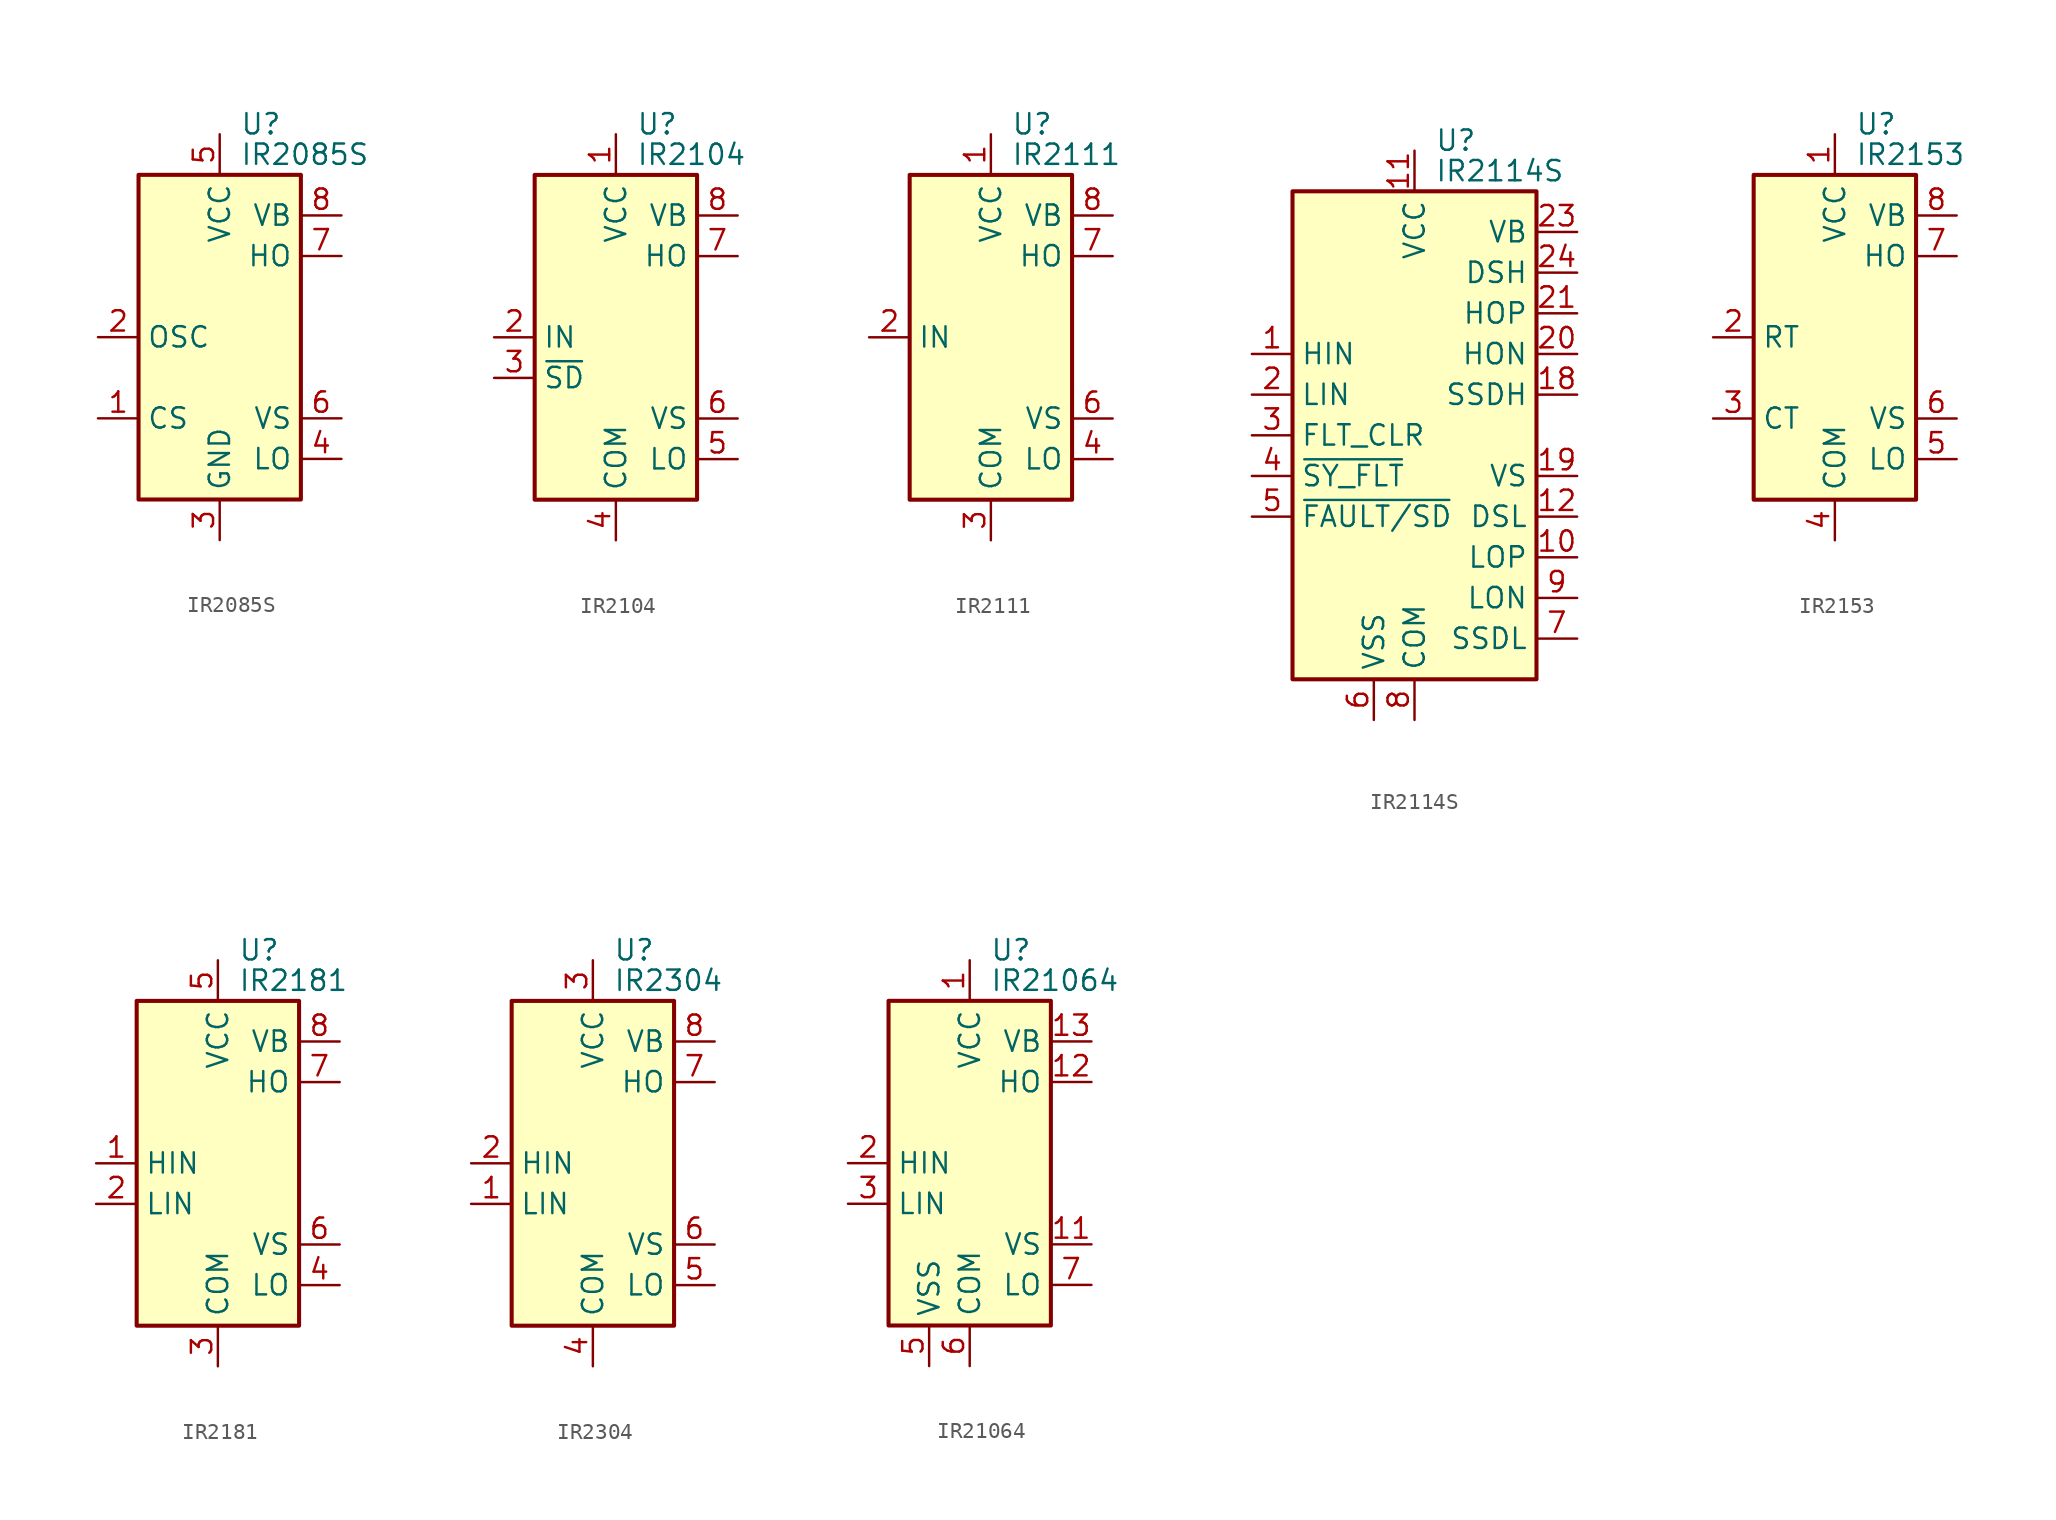
<source format=kicad_sym>
(kicad_symbol_lib
  (version 20201005)
  (generator kicad_symbol_editor)
  (symbol "IR2085S"
    (property "Reference" "U"
      (at 1.27 13.335 0)
      (effects (font (size 1.27 1.27)) (justify left)))
    (property "Value" "IR2085S"
      (at 1.27 11.43 0)
      (effects (font (size 1.27 1.27)) (justify left)))
    (symbol "IR2085S_0_1"
      (rectangle (start -5.08 -10.16) (end 5.08 10.16) (stroke (width 0.254)) (fill (type background))))
    (symbol "IR2085S_1_1"
      (pin input line (at -7.62 -5.08 0) (length 2.54) (name "CS" (effects (font (size 1.27 1.27)))) (number "1" (effects (font (size 1.27 1.27)))))
      (pin passive line (at -7.62 0 0) (length 2.54) (name "OSC" (effects (font (size 1.27 1.27)))) (number "2" (effects (font (size 1.27 1.27)))))
      (pin power_in line (at 0 -12.7 90) (length 2.54) (name "GND" (effects (font (size 1.27 1.27)))) (number "3" (effects (font (size 1.27 1.27)))))
      (pin output line (at 7.62 -7.62 180) (length 2.54) (name "LO" (effects (font (size 1.27 1.27)))) (number "4" (effects (font (size 1.27 1.27)))))
      (pin power_in line (at 0 12.7 270) (length 2.54) (name "VCC" (effects (font (size 1.27 1.27)))) (number "5" (effects (font (size 1.27 1.27)))))
      (pin passive line (at 7.62 -5.08 180) (length 2.54) (name "VS" (effects (font (size 1.27 1.27)))) (number "6" (effects (font (size 1.27 1.27)))))
      (pin output line (at 7.62 5.08 180) (length 2.54) (name "HO" (effects (font (size 1.27 1.27)))) (number "7" (effects (font (size 1.27 1.27)))))
      (pin passive line (at 7.62 7.62 180) (length 2.54) (name "VB" (effects (font (size 1.27 1.27)))) (number "8" (effects (font (size 1.27 1.27)))))))
  (symbol "IR2104"
    (property "Reference" "U"
      (at 1.27 13.335 0)
      (effects (font (size 1.27 1.27)) (justify left)))
    (property "Value" "IR2104"
      (at 1.27 11.43 0)
      (effects (font (size 1.27 1.27)) (justify left)))
    (symbol "IR2104_0_1"
      (rectangle (start -5.08 -10.16) (end 5.08 10.16) (stroke (width 0.254)) (fill (type background))))
    (symbol "IR2104_1_1"
      (pin power_in line (at 0 12.7 270) (length 2.54) (name "VCC" (effects (font (size 1.27 1.27)))) (number "1" (effects (font (size 1.27 1.27)))))
      (pin input line (at -7.62 0 0) (length 2.54) (name "IN" (effects (font (size 1.27 1.27)))) (number "2" (effects (font (size 1.27 1.27)))))
      (pin input line (at -7.62 -2.54 0) (length 2.54) (name "~SD" (effects (font (size 1.27 1.27)))) (number "3" (effects (font (size 1.27 1.27)))))
      (pin power_in line (at 0 -12.7 90) (length 2.54) (name "COM" (effects (font (size 1.27 1.27)))) (number "4" (effects (font (size 1.27 1.27)))))
      (pin output line (at 7.62 -7.62 180) (length 2.54) (name "LO" (effects (font (size 1.27 1.27)))) (number "5" (effects (font (size 1.27 1.27)))))
      (pin passive line (at 7.62 -5.08 180) (length 2.54) (name "VS" (effects (font (size 1.27 1.27)))) (number "6" (effects (font (size 1.27 1.27)))))
      (pin output line (at 7.62 5.08 180) (length 2.54) (name "HO" (effects (font (size 1.27 1.27)))) (number "7" (effects (font (size 1.27 1.27)))))
      (pin passive line (at 7.62 7.62 180) (length 2.54) (name "VB" (effects (font (size 1.27 1.27)))) (number "8" (effects (font (size 1.27 1.27)))))))
  (symbol "IR2111"
    (property "Reference" "U"
      (at 1.27 13.335 0)
      (effects (font (size 1.27 1.27)) (justify left)))
    (property "Value" "IR2111"
      (at 1.27 11.43 0)
      (effects (font (size 1.27 1.27)) (justify left)))
    (symbol "IR2111_0_1"
      (rectangle (start -5.08 -10.16) (end 5.08 10.16) (stroke (width 0.254)) (fill (type background))))
    (symbol "IR2111_1_1"
      (pin power_in line (at 0 12.7 270) (length 2.54) (name "VCC" (effects (font (size 1.27 1.27)))) (number "1" (effects (font (size 1.27 1.27)))))
      (pin input line (at -7.62 0 0) (length 2.54) (name "IN" (effects (font (size 1.27 1.27)))) (number "2" (effects (font (size 1.27 1.27)))))
      (pin power_in line (at 0 -12.7 90) (length 2.54) (name "COM" (effects (font (size 1.27 1.27)))) (number "3" (effects (font (size 1.27 1.27)))))
      (pin output line (at 7.62 -7.62 180) (length 2.54) (name "LO" (effects (font (size 1.27 1.27)))) (number "4" (effects (font (size 1.27 1.27)))))
      (pin no_connect line (at -5.08 7.62 0) (length 2.54) hide (name "NC" (effects (font (size 1.27 1.27)))) (number "5" (effects (font (size 1.27 1.27)))))
      (pin passive line (at 7.62 -5.08 180) (length 2.54) (name "VS" (effects (font (size 1.27 1.27)))) (number "6" (effects (font (size 1.27 1.27)))))
      (pin output line (at 7.62 5.08 180) (length 2.54) (name "HO" (effects (font (size 1.27 1.27)))) (number "7" (effects (font (size 1.27 1.27)))))
      (pin passive line (at 7.62 7.62 180) (length 2.54) (name "VB" (effects (font (size 1.27 1.27)))) (number "8" (effects (font (size 1.27 1.27)))))))
  (symbol "IR2114S"
    (property "Reference" "U"
      (at 1.27 18.415 0)
      (effects (font (size 1.27 1.27)) (justify left)))
    (property "Value" "IR2114S"
      (at 1.27 16.51 0)
      (effects (font (size 1.27 1.27)) (justify left)))
    (symbol "IR2114S_0_1"
      (rectangle (start -7.62 -15.24) (end 7.62 15.24) (stroke (width 0.254)) (fill (type background))))
    (symbol "IR2114S_1_1"
      (pin input line (at -10.16 5.08 0) (length 2.54) (name "HIN" (effects (font (size 1.27 1.27)))) (number "1" (effects (font (size 1.27 1.27)))))
      (pin output line (at 10.16 -7.62 180) (length 2.54) (name "LOP" (effects (font (size 1.27 1.27)))) (number "10" (effects (font (size 1.27 1.27)))))
      (pin power_in line (at 0 17.78 270) (length 2.54) (name "VCC" (effects (font (size 1.27 1.27)))) (number "11" (effects (font (size 1.27 1.27)))))
      (pin input line (at 10.16 -5.08 180) (length 2.54) (name "DSL" (effects (font (size 1.27 1.27)))) (number "12" (effects (font (size 1.27 1.27)))))
      (pin no_connect line (at -7.62 12.7 0) (length 2.54) hide (name "NC" (effects (font (size 1.27 1.27)))) (number "13" (effects (font (size 1.27 1.27)))))
      (pin no_connect line (at -7.62 10.16 0) (length 2.54) hide (name "NC" (effects (font (size 1.27 1.27)))) (number "14" (effects (font (size 1.27 1.27)))))
      (pin no_connect line (at -7.62 7.62 0) (length 2.54) hide (name "NC" (effects (font (size 1.27 1.27)))) (number "15" (effects (font (size 1.27 1.27)))))
      (pin no_connect line (at -7.62 -7.62 0) (length 2.54) hide (name "NC" (effects (font (size 1.27 1.27)))) (number "16" (effects (font (size 1.27 1.27)))))
      (pin no_connect line (at -7.62 -10.16 0) (length 2.54) hide (name "NC" (effects (font (size 1.27 1.27)))) (number "17" (effects (font (size 1.27 1.27)))))
      (pin input line (at 10.16 2.54 180) (length 2.54) (name "SSDH" (effects (font (size 1.27 1.27)))) (number "18" (effects (font (size 1.27 1.27)))))
      (pin passive line (at 10.16 -2.54 180) (length 2.54) (name "VS" (effects (font (size 1.27 1.27)))) (number "19" (effects (font (size 1.27 1.27)))))
      (pin input line (at -10.16 2.54 0) (length 2.54) (name "LIN" (effects (font (size 1.27 1.27)))) (number "2" (effects (font (size 1.27 1.27)))))
      (pin output line (at 10.16 5.08 180) (length 2.54) (name "HON" (effects (font (size 1.27 1.27)))) (number "20" (effects (font (size 1.27 1.27)))))
      (pin output line (at 10.16 7.62 180) (length 2.54) (name "HOP" (effects (font (size 1.27 1.27)))) (number "21" (effects (font (size 1.27 1.27)))))
      (pin no_connect line (at -7.62 -12.7 0) (length 2.54) hide (name "NC" (effects (font (size 1.27 1.27)))) (number "22" (effects (font (size 1.27 1.27)))))
      (pin passive line (at 10.16 12.7 180) (length 2.54) (name "VB" (effects (font (size 1.27 1.27)))) (number "23" (effects (font (size 1.27 1.27)))))
      (pin input line (at 10.16 10.16 180) (length 2.54) (name "DSH" (effects (font (size 1.27 1.27)))) (number "24" (effects (font (size 1.27 1.27)))))
      (pin input line (at -10.16 0 0) (length 2.54) (name "FLT_CLR" (effects (font (size 1.27 1.27)))) (number "3" (effects (font (size 1.27 1.27)))))
      (pin bidirectional line (at -10.16 -2.54 0) (length 2.54) (name "~SY_FLT" (effects (font (size 1.27 1.27)))) (number "4" (effects (font (size 1.27 1.27)))))
      (pin bidirectional line (at -10.16 -5.08 0) (length 2.54) (name "~FAULT/SD" (effects (font (size 1.27 1.27)))) (number "5" (effects (font (size 1.27 1.27)))))
      (pin power_in line (at -2.54 -17.78 90) (length 2.54) (name "VSS" (effects (font (size 1.27 1.27)))) (number "6" (effects (font (size 1.27 1.27)))))
      (pin input line (at 10.16 -12.7 180) (length 2.54) (name "SSDL" (effects (font (size 1.27 1.27)))) (number "7" (effects (font (size 1.27 1.27)))))
      (pin power_in line (at 0 -17.78 90) (length 2.54) (name "COM" (effects (font (size 1.27 1.27)))) (number "8" (effects (font (size 1.27 1.27)))))
      (pin output line (at 10.16 -10.16 180) (length 2.54) (name "LON" (effects (font (size 1.27 1.27)))) (number "9" (effects (font (size 1.27 1.27)))))))
  (symbol "IR2153"
    (property "Reference" "U"
      (at 1.27 13.335 0)
      (effects (font (size 1.27 1.27)) (justify left)))
    (property "Value" "IR2153"
      (at 1.27 11.43 0)
      (effects (font (size 1.27 1.27)) (justify left)))
    (symbol "IR2153_0_1"
      (rectangle (start -5.08 -10.16) (end 5.08 10.16) (stroke (width 0.254)) (fill (type background))))
    (symbol "IR2153_1_1"
      (pin power_in line (at 0 12.7 270) (length 2.54) (name "VCC" (effects (font (size 1.27 1.27)))) (number "1" (effects (font (size 1.27 1.27)))))
      (pin passive line (at -7.62 0 0) (length 2.54) (name "RT" (effects (font (size 1.27 1.27)))) (number "2" (effects (font (size 1.27 1.27)))))
      (pin passive line (at -7.62 -5.08 0) (length 2.54) (name "CT" (effects (font (size 1.27 1.27)))) (number "3" (effects (font (size 1.27 1.27)))))
      (pin power_in line (at 0 -12.7 90) (length 2.54) (name "COM" (effects (font (size 1.27 1.27)))) (number "4" (effects (font (size 1.27 1.27)))))
      (pin output line (at 7.62 -7.62 180) (length 2.54) (name "LO" (effects (font (size 1.27 1.27)))) (number "5" (effects (font (size 1.27 1.27)))))
      (pin passive line (at 7.62 -5.08 180) (length 2.54) (name "VS" (effects (font (size 1.27 1.27)))) (number "6" (effects (font (size 1.27 1.27)))))
      (pin output line (at 7.62 5.08 180) (length 2.54) (name "HO" (effects (font (size 1.27 1.27)))) (number "7" (effects (font (size 1.27 1.27)))))
      (pin passive line (at 7.62 7.62 180) (length 2.54) (name "VB" (effects (font (size 1.27 1.27)))) (number "8" (effects (font (size 1.27 1.27)))))))
  (symbol "IR2181"
    (property "Reference" "U"
      (at 1.27 13.335 0)
      (effects (font (size 1.27 1.27)) (justify left)))
    (property "Value" "IR2181"
      (at 1.27 11.43 0)
      (effects (font (size 1.27 1.27)) (justify left)))
    (symbol "IR2181_0_1"
      (rectangle (start -5.08 -10.16) (end 5.08 10.16) (stroke (width 0.254)) (fill (type background))))
    (symbol "IR2181_1_1"
      (pin input line (at -7.62 0 0) (length 2.54) (name "HIN" (effects (font (size 1.27 1.27)))) (number "1" (effects (font (size 1.27 1.27)))))
      (pin input line (at -7.62 -2.54 0) (length 2.54) (name "LIN" (effects (font (size 1.27 1.27)))) (number "2" (effects (font (size 1.27 1.27)))))
      (pin power_in line (at 0 -12.7 90) (length 2.54) (name "COM" (effects (font (size 1.27 1.27)))) (number "3" (effects (font (size 1.27 1.27)))))
      (pin output line (at 7.62 -7.62 180) (length 2.54) (name "LO" (effects (font (size 1.27 1.27)))) (number "4" (effects (font (size 1.27 1.27)))))
      (pin power_in line (at 0 12.7 270) (length 2.54) (name "VCC" (effects (font (size 1.27 1.27)))) (number "5" (effects (font (size 1.27 1.27)))))
      (pin passive line (at 7.62 -5.08 180) (length 2.54) (name "VS" (effects (font (size 1.27 1.27)))) (number "6" (effects (font (size 1.27 1.27)))))
      (pin output line (at 7.62 5.08 180) (length 2.54) (name "HO" (effects (font (size 1.27 1.27)))) (number "7" (effects (font (size 1.27 1.27)))))
      (pin passive line (at 7.62 7.62 180) (length 2.54) (name "VB" (effects (font (size 1.27 1.27)))) (number "8" (effects (font (size 1.27 1.27)))))))
  (symbol "IR2304"
    (property "Reference" "U"
      (at 1.27 13.335 0)
      (effects (font (size 1.27 1.27)) (justify left)))
    (property "Value" "IR2304"
      (at 1.27 11.43 0)
      (effects (font (size 1.27 1.27)) (justify left)))
    (symbol "IR2304_0_1"
      (rectangle (start -5.08 -10.16) (end 5.08 10.16) (stroke (width 0.254)) (fill (type background))))
    (symbol "IR2304_1_1"
      (pin input line (at -7.62 -2.54 0) (length 2.54) (name "LIN" (effects (font (size 1.27 1.27)))) (number "1" (effects (font (size 1.27 1.27)))))
      (pin input line (at -7.62 0 0) (length 2.54) (name "HIN" (effects (font (size 1.27 1.27)))) (number "2" (effects (font (size 1.27 1.27)))))
      (pin power_in line (at 0 12.7 270) (length 2.54) (name "VCC" (effects (font (size 1.27 1.27)))) (number "3" (effects (font (size 1.27 1.27)))))
      (pin power_in line (at 0 -12.7 90) (length 2.54) (name "COM" (effects (font (size 1.27 1.27)))) (number "4" (effects (font (size 1.27 1.27)))))
      (pin output line (at 7.62 -7.62 180) (length 2.54) (name "LO" (effects (font (size 1.27 1.27)))) (number "5" (effects (font (size 1.27 1.27)))))
      (pin passive line (at 7.62 -5.08 180) (length 2.54) (name "VS" (effects (font (size 1.27 1.27)))) (number "6" (effects (font (size 1.27 1.27)))))
      (pin output line (at 7.62 5.08 180) (length 2.54) (name "HO" (effects (font (size 1.27 1.27)))) (number "7" (effects (font (size 1.27 1.27)))))
      (pin passive line (at 7.62 7.62 180) (length 2.54) (name "VB" (effects (font (size 1.27 1.27)))) (number "8" (effects (font (size 1.27 1.27)))))))
  (symbol "IR21064"
    (property "Reference" "U"
      (at 1.27 13.335 0)
      (effects (font (size 1.27 1.27)) (justify left)))
    (property "Value" "IR21064"
      (at 1.27 11.43 0)
      (effects (font (size 1.27 1.27)) (justify left)))
    (symbol "IR21064_0_1"
      (rectangle (start -5.08 -10.16) (end 5.08 10.16) (stroke (width 0.254)) (fill (type background))))
    (symbol "IR21064_1_1"
      (pin power_in line (at 0 12.7 270) (length 2.54) (name "VCC" (effects (font (size 1.27 1.27)))) (number "1" (effects (font (size 1.27 1.27)))))
      (pin no_connect line (at 5.08 2.54 180) (length 2.54) hide (name "NC" (effects (font (size 1.27 1.27)))) (number "10" (effects (font (size 1.27 1.27)))))
      (pin passive line (at 7.62 -5.08 180) (length 2.54) (name "VS" (effects (font (size 1.27 1.27)))) (number "11" (effects (font (size 1.27 1.27)))))
      (pin output line (at 7.62 5.08 180) (length 2.54) (name "HO" (effects (font (size 1.27 1.27)))) (number "12" (effects (font (size 1.27 1.27)))))
      (pin passive line (at 7.62 7.62 180) (length 2.54) (name "VB" (effects (font (size 1.27 1.27)))) (number "13" (effects (font (size 1.27 1.27)))))
      (pin no_connect line (at 5.08 0 180) (length 2.54) hide (name "NC" (effects (font (size 1.27 1.27)))) (number "14" (effects (font (size 1.27 1.27)))))
      (pin input line (at -7.62 0 0) (length 2.54) (name "HIN" (effects (font (size 1.27 1.27)))) (number "2" (effects (font (size 1.27 1.27)))))
      (pin input line (at -7.62 -2.54 0) (length 2.54) (name "LIN" (effects (font (size 1.27 1.27)))) (number "3" (effects (font (size 1.27 1.27)))))
      (pin no_connect line (at -5.08 7.62 0) (length 2.54) hide (name "NC" (effects (font (size 1.27 1.27)))) (number "4" (effects (font (size 1.27 1.27)))))
      (pin power_in line (at -2.54 -12.7 90) (length 2.54) (name "VSS" (effects (font (size 1.27 1.27)))) (number "5" (effects (font (size 1.27 1.27)))))
      (pin power_in line (at 0 -12.7 90) (length 2.54) (name "COM" (effects (font (size 1.27 1.27)))) (number "6" (effects (font (size 1.27 1.27)))))
      (pin output line (at 7.62 -7.62 180) (length 2.54) (name "LO" (effects (font (size 1.27 1.27)))) (number "7" (effects (font (size 1.27 1.27)))))
      (pin no_connect line (at -5.08 5.08 0) (length 2.54) hide (name "NC" (effects (font (size 1.27 1.27)))) (number "8" (effects (font (size 1.27 1.27)))))
      (pin no_connect line (at -5.08 2.54 0) (length 2.54) hide (name "NC" (effects (font (size 1.27 1.27)))) (number "9" (effects (font (size 1.27 1.27))))))))
</source>
